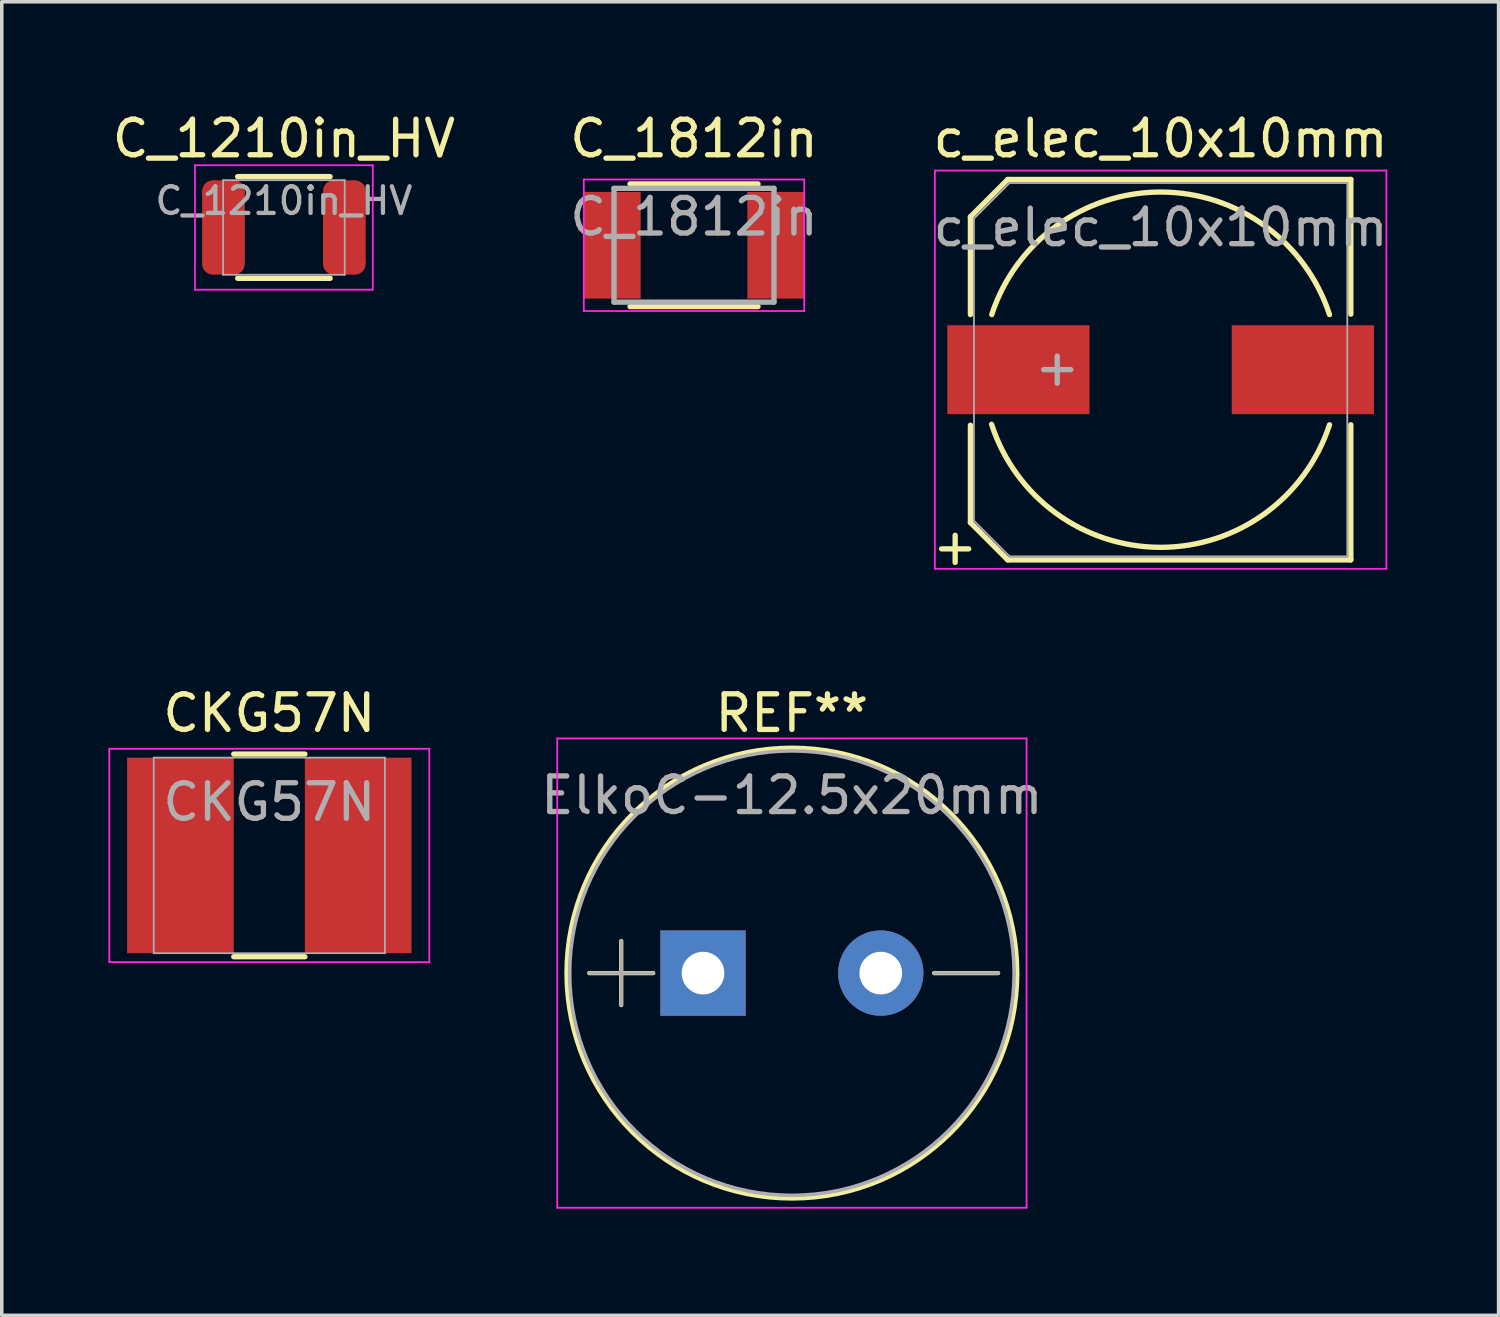
<source format=kicad_pcb>
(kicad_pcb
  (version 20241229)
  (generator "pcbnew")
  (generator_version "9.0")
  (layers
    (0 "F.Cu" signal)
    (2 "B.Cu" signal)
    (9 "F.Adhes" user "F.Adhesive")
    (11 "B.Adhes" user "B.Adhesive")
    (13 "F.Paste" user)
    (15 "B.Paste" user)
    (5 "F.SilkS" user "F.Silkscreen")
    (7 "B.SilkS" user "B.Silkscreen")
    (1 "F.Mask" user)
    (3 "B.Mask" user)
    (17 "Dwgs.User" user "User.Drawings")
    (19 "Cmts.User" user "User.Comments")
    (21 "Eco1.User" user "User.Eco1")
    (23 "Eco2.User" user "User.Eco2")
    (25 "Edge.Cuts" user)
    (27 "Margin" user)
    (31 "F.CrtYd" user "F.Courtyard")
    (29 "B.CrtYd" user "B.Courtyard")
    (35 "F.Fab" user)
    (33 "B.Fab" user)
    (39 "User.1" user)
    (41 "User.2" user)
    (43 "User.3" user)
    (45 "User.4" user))
  (footprint "ElkoC-12.5x20mm"
    (layer "F.Cu")
    (at 16.723 24.32)
    (property "Reference" "ElkoC-12.5x20mm" (at 2.5 -5 0) (layer "F.Fab") (effects (font (size 1 1) (thickness 0.15))))
    (attr through_hole)
    (fp_line (start -3.2 0) (end -1.4 0) (stroke (width 0.12) (type solid)) (layer "F.SilkS"))
    (fp_line (start -2.3 -0.9) (end -2.3 0.9) (stroke (width 0.12) (type solid)) (layer "F.SilkS"))
    (fp_line (start 6.5 0) (end 8.3 0) (stroke (width 0.12) (type solid)) (layer "F.SilkS"))
    (fp_circle (center 2.5 0) (end 8.84 0) (stroke (width 0.12) (type solid)) (fill no) (layer "F.SilkS"))
    (fp_line (start -4.1 -6.6) (end -4.1 6.6) (stroke (width 0.05) (type solid)) (layer "F.CrtYd"))
    (fp_line (start -4.1 6.6) (end 9.1 6.6) (stroke (width 0.05) (type solid)) (layer "F.CrtYd"))
    (fp_line (start 9.1 -6.6) (end -4.1 -6.6) (stroke (width 0.05) (type solid)) (layer "F.CrtYd"))
    (fp_line (start 9.1 6.6) (end 9.1 -6.6) (stroke (width 0.05) (type solid)) (layer "F.CrtYd"))
    (fp_line (start -3.2 0) (end -1.4 0) (stroke (width 0.1) (type solid)) (layer "F.Fab"))
    (fp_line (start -2.3 -0.9) (end -2.3 0.9) (stroke (width 0.1) (type solid)) (layer "F.Fab"))
    (fp_line (start 6.5 0) (end 8.3 0) (stroke (width 0.1) (type solid)) (layer "F.Fab"))
    (fp_circle (center 2.5 0) (end 8.75 0) (stroke (width 0.1) (type solid)) (fill no) (layer "F.Fab"))
    (fp_text user "REF**" (at 2.5 -7.31 0) (layer "F.SilkS") (effects (font (size 1 1) (thickness 0.15))))
    (pad "1" thru_hole rect (at 0 0) (size 2.4 2.4) (drill 1.2) (layers "*.Cu" "*.Mask"))
    (pad "2" thru_hole circle (at 5 0) (size 2.4 2.4) (drill 1.2) (layers "*.Cu" "*.Mask")))
  (footprint "C_1210in_HV"
    (layer "F.Cu")
    (at 4.935 3.348)
    (property "Reference" "C_1210in_HV" (at 0 -0.75 0) (layer "F.Fab") (effects (font (size 0.75 0.75) (thickness 0.12))))
    (attr smd)
    (fp_line (start -1.4 -1.255) (end 1.4 -1.255) (stroke (width 0.15) (type solid)) (layer "F.Mask"))
    (fp_line (start -1.4 -1.05) (end 1.4 -1.05) (stroke (width 0.15) (type solid)) (layer "F.Mask"))
    (fp_line (start -1.4 -0.75) (end 1.4 -0.75) (stroke (width 0.15) (type solid)) (layer "F.Mask"))
    (fp_line (start -1.4 -0.45) (end 1.4 -0.45) (stroke (width 0.15) (type solid)) (layer "F.Mask"))
    (fp_line (start -1.4 -0.15) (end 1.4 -0.15) (stroke (width 0.15) (type solid)) (layer "F.Mask"))
    (fp_line (start -1.4 0) (end 1.4 0) (stroke (width 0.15) (type solid)) (layer "F.Mask"))
    (fp_line (start -1.4 0.3) (end 1.4 0.3) (stroke (width 0.15) (type solid)) (layer "F.Mask"))
    (fp_line (start -1.4 0.6) (end 1.4 0.6) (stroke (width 0.15) (type solid)) (layer "F.Mask"))
    (fp_line (start -1.4 0.9) (end 1.4 0.9) (stroke (width 0.15) (type solid)) (layer "F.Mask"))
    (fp_line (start -1.4 1.2) (end 1.4 1.2) (stroke (width 0.15) (type solid)) (layer "F.Mask"))
    (fp_line (start -1.4 1.255) (end -1.4 -1.255) (stroke (width 0.15) (type solid)) (layer "F.Mask"))
    (fp_line (start 1.4 -1.255) (end 1.4 1.255) (stroke (width 0.15) (type solid)) (layer "F.Mask"))
    (fp_line (start 1.4 -1.2) (end -1.4 -1.2) (stroke (width 0.15) (type solid)) (layer "F.Mask"))
    (fp_line (start 1.4 -0.9) (end -1.4 -0.9) (stroke (width 0.15) (type solid)) (layer "F.Mask"))
    (fp_line (start 1.4 -0.6) (end -1.4 -0.6) (stroke (width 0.15) (type solid)) (layer "F.Mask"))
    (fp_line (start 1.4 -0.3) (end -1.4 -0.3) (stroke (width 0.15) (type solid)) (layer "F.Mask"))
    (fp_line (start 1.4 0.15) (end -1.4 0.15) (stroke (width 0.15) (type solid)) (layer "F.Mask"))
    (fp_line (start 1.4 0.45) (end -1.4 0.45) (stroke (width 0.15) (type solid)) (layer "F.Mask"))
    (fp_line (start 1.4 0.75) (end -1.4 0.75) (stroke (width 0.15) (type solid)) (layer "F.Mask"))
    (fp_line (start 1.4 1.05) (end -1.4 1.05) (stroke (width 0.15) (type solid)) (layer "F.Mask"))
    (fp_line (start 1.4 1.255) (end -1.4 1.255) (stroke (width 0.15) (type solid)) (layer "F.Mask"))
    (fp_line (start -1.3 1.43) (end 1.3 1.43) (stroke (width 0.15) (type solid)) (layer "F.SilkS"))
    (fp_line (start 1.3 -1.43) (end -1.3 -1.43) (stroke (width 0.15) (type solid)) (layer "F.SilkS"))
    (fp_line (start -2.5 -1.75) (end -2.5 1.75) (stroke (width 0.05) (type solid)) (layer "F.CrtYd"))
    (fp_line (start -2.5 -1.75) (end 2.5 -1.75) (stroke (width 0.05) (type solid)) (layer "F.CrtYd"))
    (fp_line (start -2.5 1.75) (end 2.5 1.75) (stroke (width 0.05) (type solid)) (layer "F.CrtYd"))
    (fp_line (start 2.5 -1.75) (end 2.5 1.75) (stroke (width 0.05) (type solid)) (layer "F.CrtYd"))
    (fp_line (start -1.71 -1.33) (end 1.71 -1.33) (stroke (width 0.05) (type solid)) (layer "F.Fab"))
    (fp_line (start -1.71 1.33) (end -1.71 -1.33) (stroke (width 0.05) (type solid)) (layer "F.Fab"))
    (fp_line (start 1.71 -1.33) (end 1.71 1.33) (stroke (width 0.05) (type solid)) (layer "F.Fab"))
    (fp_line (start 1.71 1.33) (end -1.71 1.33) (stroke (width 0.05) (type solid)) (layer "F.Fab"))
    (fp_text user "${REFERENCE}" (at 0 -2.5 0) (layer "F.SilkS") (effects (font (size 1 1) (thickness 0.15))))
    (pad "1" smd circle (at -2 -1.025) (size 0.6 0.6) (layers "F.Cu" "F.Mask" "F.Paste"))
    (pad "1" smd circle (at -2 1.025) (size 0.6 0.6) (layers "F.Cu" "F.Mask" "F.Paste"))
    (pad "1" smd rect (at -1.7 0) (size 0.6 2.65) (layers "F.Cu" "F.Mask" "F.Paste"))
    (pad "1" smd rect (at -1.7 0) (size 1.2 2.05) (layers "F.Cu" "F.Mask" "F.Paste"))
    (pad "1" smd circle (at -1.4 -1.025) (size 0.6 0.6) (layers "F.Cu" "F.Mask" "F.Paste"))
    (pad "1" smd circle (at -1.4 1.025) (size 0.6 0.6) (layers "F.Cu" "F.Mask" "F.Paste"))
    (pad "2" smd circle (at 1.4 -1.025) (size 0.6 0.6) (layers "F.Cu" "F.Mask" "F.Paste"))
    (pad "2" smd circle (at 1.4 1.025) (size 0.6 0.6) (layers "F.Cu" "F.Mask" "F.Paste"))
    (pad "2" smd rect (at 1.7 0) (size 0.6 2.65) (layers "F.Cu" "F.Mask" "F.Paste"))
    (pad "2" smd rect (at 1.7 0) (size 1.2 2.05) (layers "F.Cu" "F.Mask" "F.Paste"))
    (pad "2" smd circle (at 2 -1.025) (size 0.6 0.6) (layers "F.Cu" "F.Mask" "F.Paste"))
    (pad "2" smd circle (at 2 1.025) (size 0.6 0.6) (layers "F.Cu" "F.Mask" "F.Paste")))
  (footprint "c_elec_10x10mm"
    (layer "F.Cu")
    (at 29.594 7.348)
    (property "Reference" "c_elec_10x10mm" (at 0 -4 0) (layer "F.Fab") (effects (font (size 1 1) (thickness 0.15))))
    (attr smd)
    (fp_line (start -5.35 -4.3) (end -5.35 -1.55) (stroke (width 0.15) (type solid)) (layer "F.SilkS"))
    (fp_line (start -5.35 -4.3) (end -4.3 -5.35) (stroke (width 0.15) (type solid)) (layer "F.SilkS"))
    (fp_line (start -5.35 4.3) (end -5.35 1.562) (stroke (width 0.15) (type solid)) (layer "F.SilkS"))
    (fp_line (start -4.3 -5.35) (end 5.35 -5.35) (stroke (width 0.15) (type solid)) (layer "F.SilkS"))
    (fp_line (start -4.3 5.35) (end -5.35 4.3) (stroke (width 0.15) (type solid)) (layer "F.SilkS"))
    (fp_line (start 5.35 -5.35) (end 5.35 -1.562) (stroke (width 0.15) (type solid)) (layer "F.SilkS"))
    (fp_line (start 5.35 5.35) (end -4.3 5.35) (stroke (width 0.15) (type solid)) (layer "F.SilkS"))
    (fp_line (start 5.35 5.35) (end 5.35 1.55) (stroke (width 0.15) (type solid)) (layer "F.SilkS"))
    (fp_arc (start -4.75 -1.55) (mid 0 -4.996499) (end 4.75 -1.549999) (stroke (width 0.15) (type solid)) (layer "F.SilkS"))
    (fp_arc (start 4.75 1.55) (mid -0.007682 4.996493) (end -4.754744 1.535386) (stroke (width 0.15) (type solid)) (layer "F.SilkS"))
    (fp_line (start -6.35 -5.6) (end -6.35 5.6) (stroke (width 0.05) (type solid)) (layer "F.CrtYd"))
    (fp_line (start -6.35 5.6) (end 6.35 5.6) (stroke (width 0.05) (type solid)) (layer "F.CrtYd"))
    (fp_line (start 6.35 -5.6) (end -6.35 -5.6) (stroke (width 0.05) (type solid)) (layer "F.CrtYd"))
    (fp_line (start 6.35 5.6) (end 6.35 -5.6) (stroke (width 0.05) (type solid)) (layer "F.CrtYd"))
    (fp_line (start -5.25 -4.25) (end -5.25 4.25) (stroke (width 0.05) (type solid)) (layer "F.Fab"))
    (fp_line (start -5.25 4.25) (end -4.25 5.25) (stroke (width 0.05) (type solid)) (layer "F.Fab"))
    (fp_line (start -4.25 -5.25) (end -5.25 -4.25) (stroke (width 0.05) (type solid)) (layer "F.Fab"))
    (fp_line (start -4.25 5.25) (end 5.25 5.25) (stroke (width 0.05) (type solid)) (layer "F.Fab"))
    (fp_line (start 5.25 -5.25) (end -4.25 -5.25) (stroke (width 0.05) (type solid)) (layer "F.Fab"))
    (fp_line (start 5.25 5.25) (end 5.25 -5.25) (stroke (width 0.05) (type solid)) (layer "F.Fab"))
    (fp_text user "+" (at -5.779 4.966 0) (layer "F.SilkS") (effects (font (size 1 1) (thickness 0.15))))
    (fp_text user "${REFERENCE}" (at 0 -6.5 0) (layer "F.SilkS") (effects (font (size 1 1) (thickness 0.15))))
    (fp_text user "+" (at -2.908 -0.076 0) (layer "F.Fab") (effects (font (size 1 1) (thickness 0.15))))
    (pad "1" smd rect (at -4 0 180) (size 4 2.5) (layers "F.Cu" "F.Mask" "F.Paste"))
    (pad "2" smd rect (at 4 0 180) (size 4 2.5) (layers "F.Cu" "F.Mask" "F.Paste")))
  (footprint "C_1812in"
    (layer "F.Cu")
    (at 16.47 3.848)
    (property "Reference" "C_1812in" (at 0 -3 0) (layer "F.SilkS") (effects (font (size 1 1) (thickness 0.15))))
    (attr smd)
    (fp_line (start -1.8 1.725) (end 1.8 1.725) (stroke (width 0.15) (type solid)) (layer "F.SilkS"))
    (fp_line (start 1.8 -1.725) (end -1.8 -1.725) (stroke (width 0.15) (type solid)) (layer "F.SilkS"))
    (fp_line (start -3.1 -1.85) (end -3.1 1.85) (stroke (width 0.05) (type solid)) (layer "F.CrtYd"))
    (fp_line (start -3.1 -1.85) (end 3.1 -1.85) (stroke (width 0.05) (type solid)) (layer "F.CrtYd"))
    (fp_line (start -3.1 1.85) (end 3.1 1.85) (stroke (width 0.05) (type solid)) (layer "F.CrtYd"))
    (fp_line (start 3.1 -1.85) (end 3.1 1.85) (stroke (width 0.05) (type solid)) (layer "F.CrtYd"))
    (fp_line (start -2.25 -1.6) (end 2.25 -1.6) (stroke (width 0.15) (type solid)) (layer "F.Fab"))
    (fp_line (start -2.25 1.6) (end -2.25 -1.6) (stroke (width 0.15) (type solid)) (layer "F.Fab"))
    (fp_line (start 2.25 -1.6) (end 2.25 1.6) (stroke (width 0.15) (type solid)) (layer "F.Fab"))
    (fp_line (start 2.25 1.6) (end -2.25 1.6) (stroke (width 0.15) (type solid)) (layer "F.Fab"))
    (fp_text user "${REFERENCE}" (at 0 -0.8 0) (layer "F.Fab") (effects (font (size 1 1) (thickness 0.15))))
    (pad "1" smd rect (at -2.3 0) (size 1.6 3) (layers "F.Cu" "F.Mask" "F.Paste"))
    (pad "2" smd rect (at 2.3 0) (size 1.6 3) (layers "F.Cu" "F.Mask" "F.Paste")))
  (footprint "CKG57N"
    (layer "F.Cu")
    (at 4.525 21.01)
    (property "Reference" "CKG57N" (at 0 -1.5 0) (layer "F.Fab") (effects (font (size 1 1) (thickness 0.15))))
    (attr smd)
    (fp_line (start -1 -2.85) (end 1 -2.85) (stroke (width 0.15) (type solid)) (layer "F.SilkS"))
    (fp_line (start 1 2.85) (end -1 2.85) (stroke (width 0.15) (type solid)) (layer "F.SilkS"))
    (fp_line (start -4.5 -3) (end -4.5 3) (stroke (width 0.05) (type solid)) (layer "F.CrtYd"))
    (fp_line (start -4.5 -3) (end 4.5 -3) (stroke (width 0.05) (type solid)) (layer "F.CrtYd"))
    (fp_line (start -4.5 3) (end 4.5 3) (stroke (width 0.05) (type solid)) (layer "F.CrtYd"))
    (fp_line (start 4.5 -3) (end 4.5 3) (stroke (width 0.05) (type solid)) (layer "F.CrtYd"))
    (fp_line (start -3.25 -2.75) (end 3.25 -2.75) (stroke (width 0.05) (type solid)) (layer "F.Fab"))
    (fp_line (start -3.25 2.75) (end -3.25 -2.75) (stroke (width 0.05) (type solid)) (layer "F.Fab"))
    (fp_line (start 3.25 -2.75) (end 3.25 2.75) (stroke (width 0.05) (type solid)) (layer "F.Fab"))
    (fp_line (start 3.25 2.75) (end -3.25 2.75) (stroke (width 0.05) (type solid)) (layer "F.Fab"))
    (fp_text user "${REFERENCE}" (at 0 -4 0) (layer "F.SilkS") (effects (font (size 1 1) (thickness 0.15))))
    (pad "1" smd rect (at -2.5 0) (size 3 5.5) (layers "F.Cu" "F.Mask" "F.Paste"))
    (pad "2" smd rect (at 2.5 0) (size 3 5.5) (layers "F.Cu" "F.Mask" "F.Paste")))
  (gr_rect
    (start -3 -3)
    (end 39.1 33.945)
    (stroke (width 0.1) (type default))
    (fill no)
    (layer "Edge.Cuts")))
</source>
